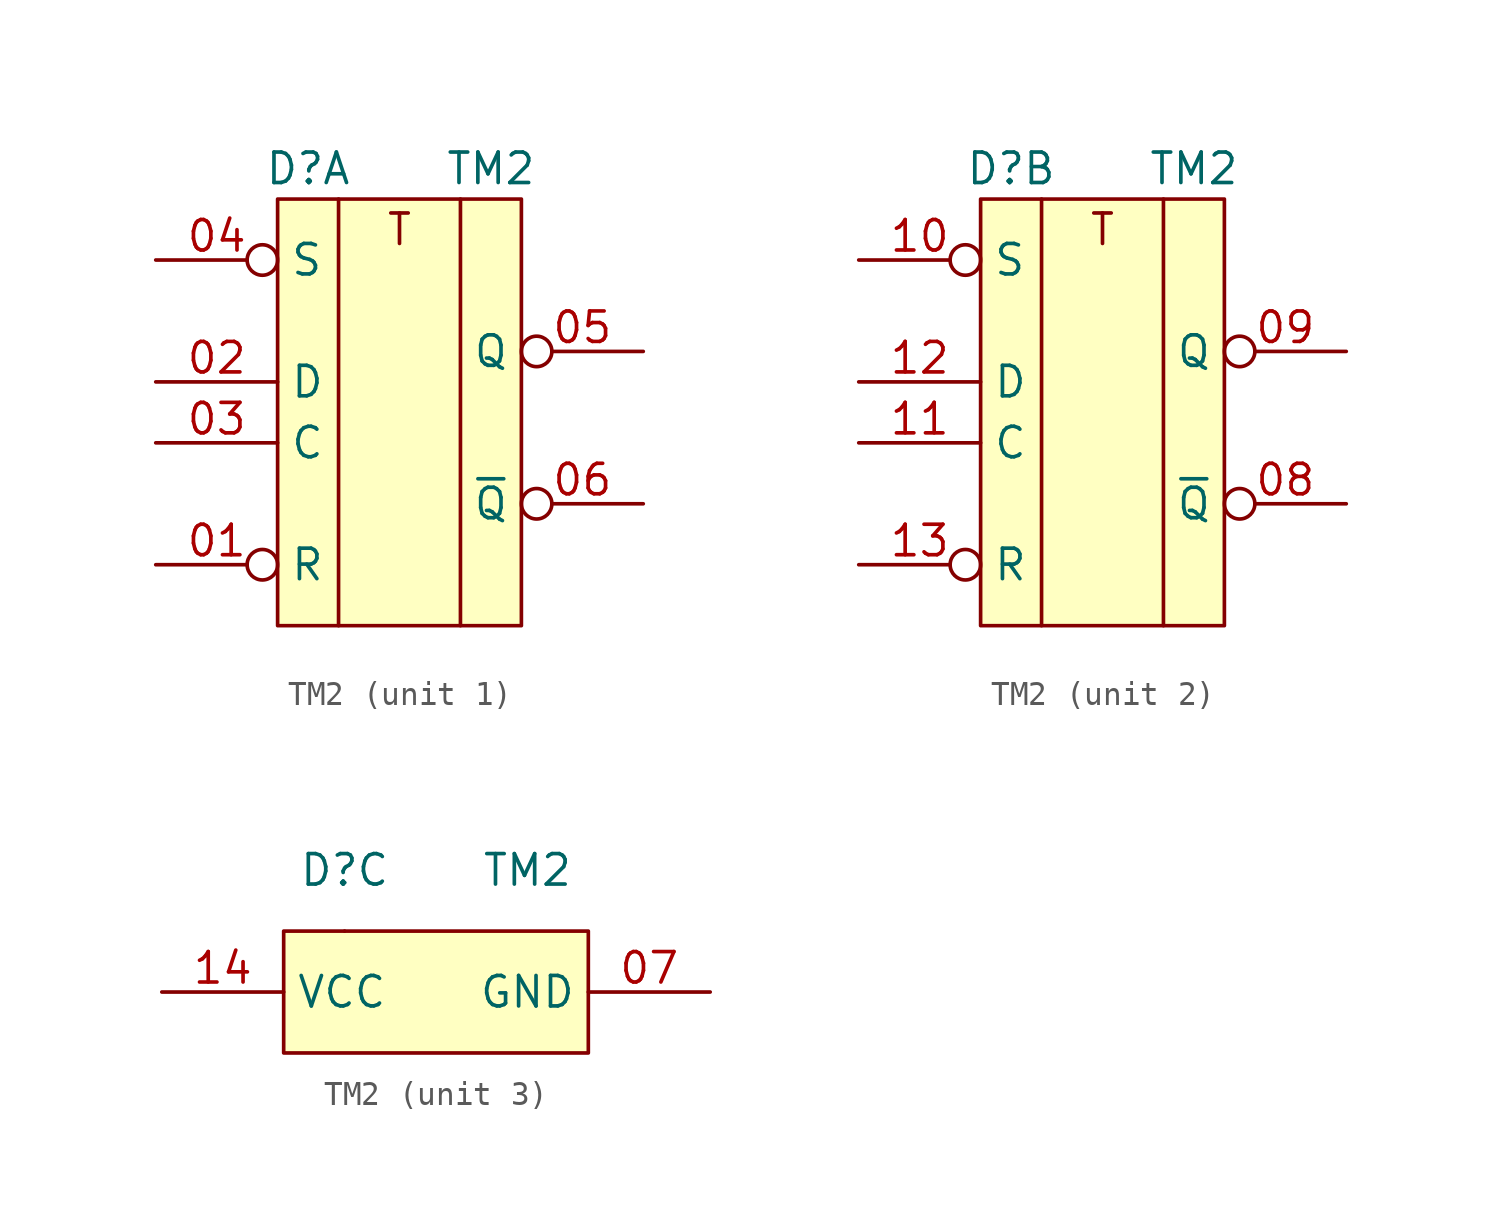
<source format=kicad_sym>
(kicad_symbol_lib
  (version 20231120)
  (generator "kicad_symbol_editor")
  (generator_version "8.0")
  (symbol "ТМ2"
    (property "Reference" "D"
      (at -3.81 -3.81 0)
      (effects (font (size 1.27 1.27))))
    (property "Value" "ТМ2"
      (at 3.81 -3.81 0)
      (effects (font (size 1.27 1.27))))
    (property "ki_locked" ""
      (at 0 0 0)
      (effects (font (size 1.27 1.27))))
    (symbol "ТМ2_1_1"
      (rectangle (start -5.08 -5.08) (end 5.08 -22.86) (stroke (width 0) (type default)) (fill (type background)))
      (polyline (pts (xy -2.54 -5.08) (xy -2.54 -22.86)) (stroke (width 0) (type default)) (fill (type none)))
      (polyline (pts (xy 2.54 -5.08) (xy 2.54 -22.86)) (stroke (width 0) (type default)) (fill (type none)))
      (text "T" (at 0 -6.35 0) (effects (font (size 1.27 1.27))))
      (pin input inverted (at -10.16 -20.32 0) (length 5.08) (name "R" (effects (font (size 1.27 1.27)))) (number "01" (effects (font (size 1.27 1.27)))))
      (pin input line (at -10.16 -12.7 0) (length 5.08) (name "D" (effects (font (size 1.27 1.27)))) (number "02" (effects (font (size 1.27 1.27)))))
      (pin input line (at -10.16 -15.24 0) (length 5.08) (name "C" (effects (font (size 1.27 1.27)))) (number "03" (effects (font (size 1.27 1.27)))))
      (pin input inverted (at -10.16 -7.62 0) (length 5.08) (name "S" (effects (font (size 1.27 1.27)))) (number "04" (effects (font (size 1.27 1.27)))))
      (pin output inverted (at 10.16 -11.43 180) (length 5.08) (name "Q" (effects (font (size 1.27 1.27)))) (number "05" (effects (font (size 1.27 1.27)))))
      (pin output inverted (at 10.16 -17.78 180) (length 5.08) (name "~{Q}" (effects (font (size 1.27 1.27)))) (number "06" (effects (font (size 1.27 1.27))))))
    (symbol "ТМ2_2_1"
      (rectangle (start -5.08 -5.08) (end 5.08 -22.86) (stroke (width 0) (type default)) (fill (type background)))
      (polyline (pts (xy -2.54 -5.08) (xy -2.54 -22.86)) (stroke (width 0) (type default)) (fill (type none)))
      (polyline (pts (xy 2.54 -5.08) (xy 2.54 -22.86)) (stroke (width 0) (type default)) (fill (type none)))
      (text "T" (at 0 -6.35 0) (effects (font (size 1.27 1.27))))
      (pin output inverted (at 10.16 -17.78 180) (length 5.08) (name "~{Q}" (effects (font (size 1.27 1.27)))) (number "08" (effects (font (size 1.27 1.27)))))
      (pin output inverted (at 10.16 -11.43 180) (length 5.08) (name "Q" (effects (font (size 1.27 1.27)))) (number "09" (effects (font (size 1.27 1.27)))))
      (pin input inverted (at -10.16 -7.62 0) (length 5.08) (name "S" (effects (font (size 1.27 1.27)))) (number "10" (effects (font (size 1.27 1.27)))))
      (pin input line (at -10.16 -15.24 0) (length 5.08) (name "C" (effects (font (size 1.27 1.27)))) (number "11" (effects (font (size 1.27 1.27)))))
      (pin input line (at -10.16 -12.7 0) (length 5.08) (name "D" (effects (font (size 1.27 1.27)))) (number "12" (effects (font (size 1.27 1.27)))))
      (pin input inverted (at -10.16 -20.32 0) (length 5.08) (name "R" (effects (font (size 1.27 1.27)))) (number "13" (effects (font (size 1.27 1.27))))))
    (symbol "ТМ2_3_1"
      (rectangle (start -6.35 -6.35) (end 6.35 -11.43) (stroke (width 0) (type default)) (fill (type background)))
      (rectangle (start -3.81 -6.35) (end -3.81 -6.35) (stroke (width 0) (type default)) (fill (type none)))
      (pin power_in line (at 11.43 -8.89 180) (length 5.08) (name "GND" (effects (font (size 1.27 1.27)))) (number "07" (effects (font (size 1.27 1.27)))))
      (pin power_in line (at -11.43 -8.89 0) (length 5.08) (name "VCC" (effects (font (size 1.27 1.27)))) (number "14" (effects (font (size 1.27 1.27))))))))
</source>
